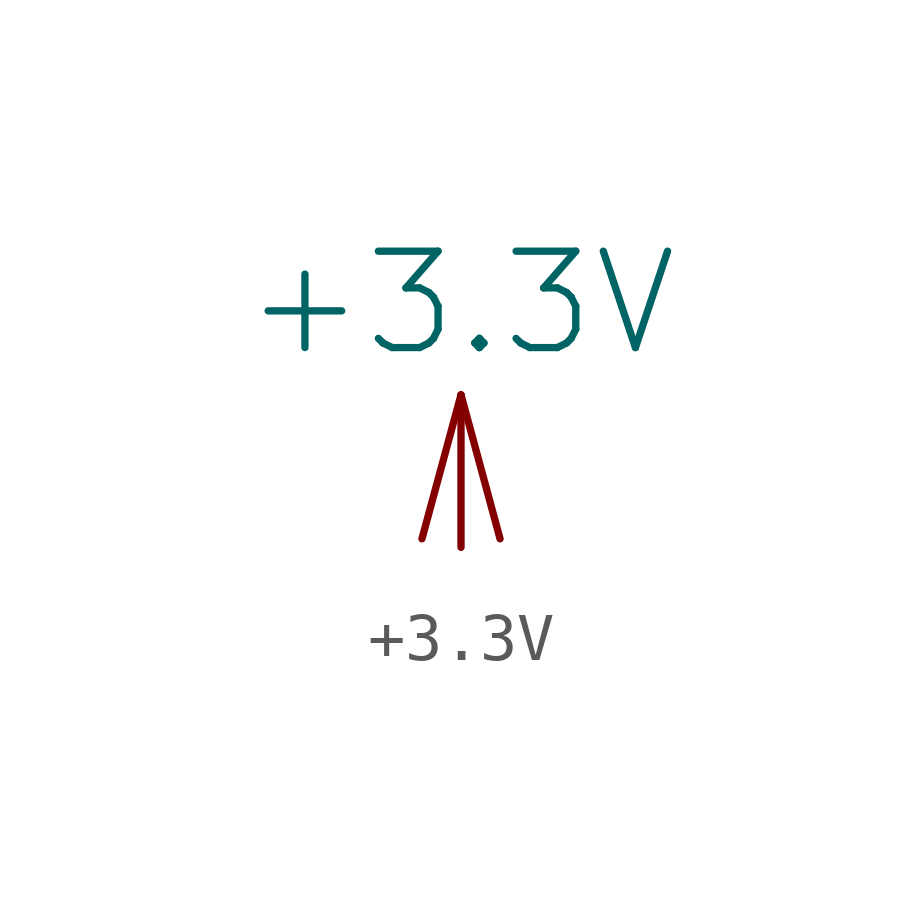
<source format=kicad_sym>
(kicad_symbol_lib
  (version 20231120)
  (generator "kicad_symbol_editor")
  (generator_version "8.0")
  (symbol "+3.3V"
    (power)
    (pin_numbers hide)
    (pin_names
      (offset 0) hide)
    (property "Reference" "#PWR"
      (at 0 -2.54 0)
      (effects (font (size 2.007 2.007)) (hide yes)))
    (property "Value" "+3.3V"
      (at 0 5.08 0)
      (effects (font (size 2.007 2.007))))
    (property "Footprint" ""
      (at 0 3.175 90)
      (effects (font (size 2.489 2.489))))
    (symbol "+3.3V_0_1"
      (polyline (pts (xy 0 3.175) (xy -0.813 0.178)) (stroke (width 0) (type solid)) (fill (type none)))
      (polyline (pts (xy 0 3.175) (xy 0 0)) (stroke (width 0) (type solid)) (fill (type none)))
      (polyline (pts (xy 0.813 0.178) (xy 0 3.175)) (stroke (width 0) (type solid)) (fill (type none))))
    (symbol "+3.3V_1_1"
      (pin power_in line (at 0 0 90) (length 0) hide (name "+3.3V" (effects (font (size 1.803 1.803)))) (number "1" (effects (font (size 1.803 1.803))))))))
</source>
